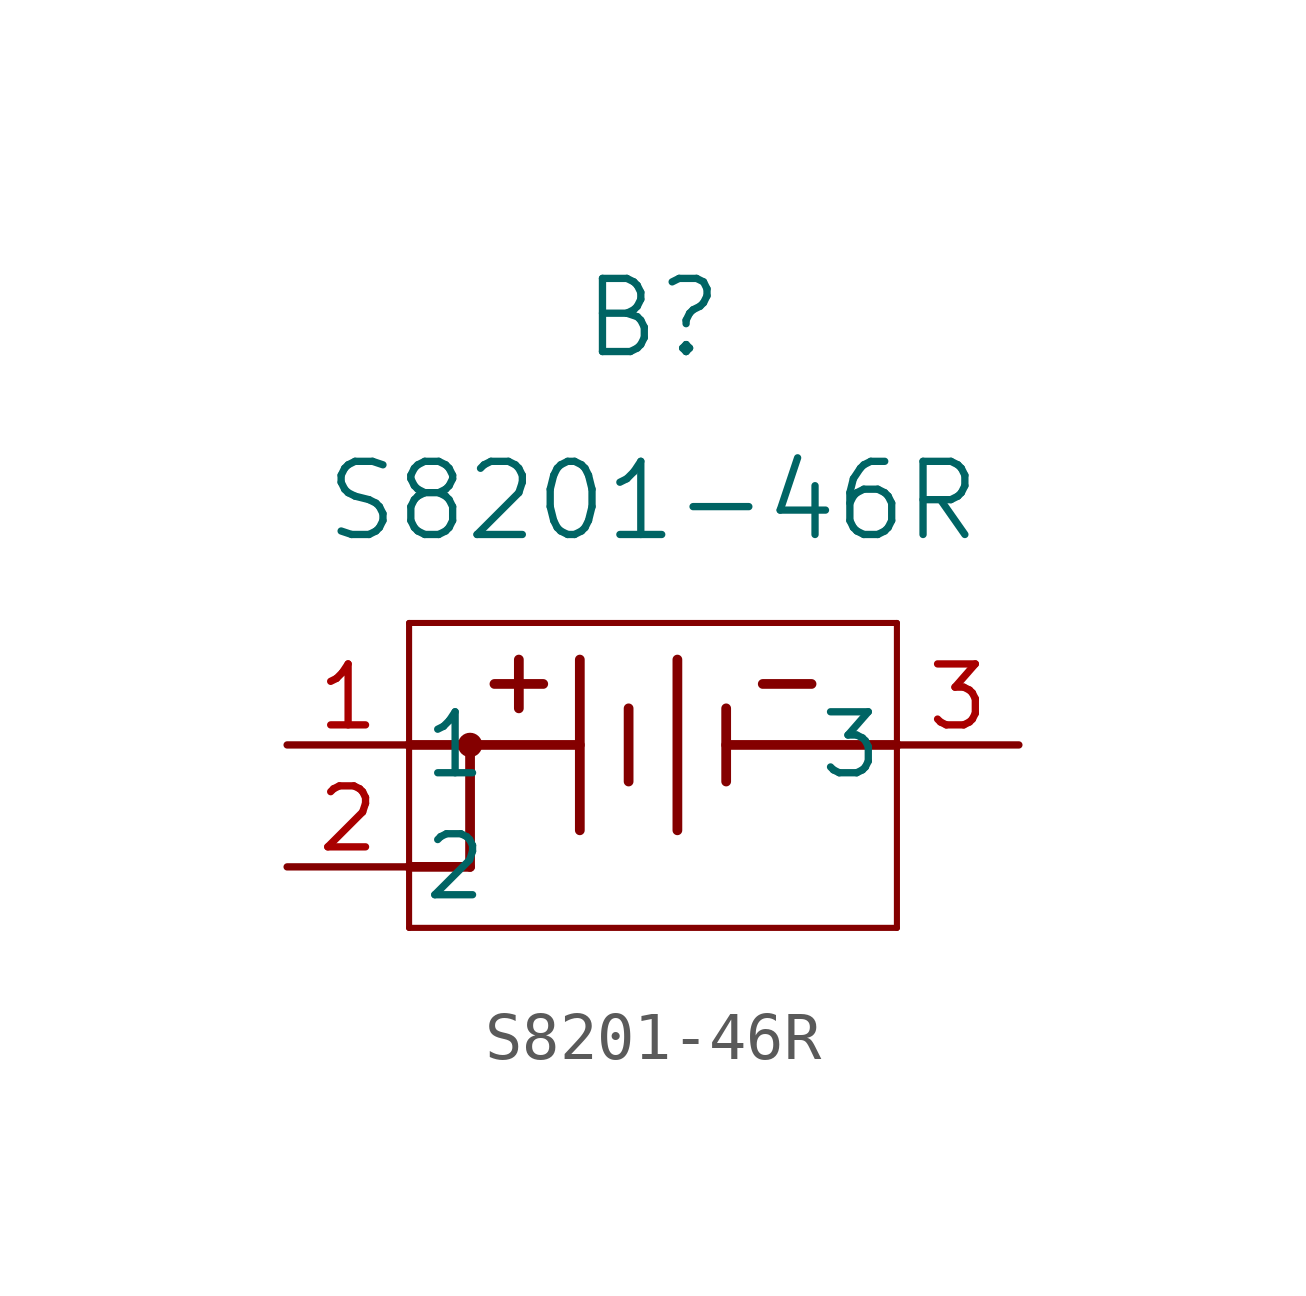
<source format=kicad_sym>
(kicad_symbol_lib
  (version 20241209)
  (generator "kicad_symbol_editor")
  (generator_version "9.0")
  (symbol "S8201-46R"
    (pin_names
      (offset 0.254))
    (property "Reference" "B"
      (at 7.62 8.89 0)
      (effects (font (size 1.524 1.524))))
    (property "Value" "S8201-46R"
      (at 7.62 5.08 0)
      (effects (font (size 1.524 1.524))))
    (symbol "S8201-46R_0_1"
      (polyline (pts (xy 2.54 2.54) (xy 2.54 -3.81)) (stroke (width 0.127) (type default)) (fill (type none)))
      (polyline (pts (xy 2.54 0) (xy 6.096 0)) (stroke (width 0.203) (type default)) (fill (type none)))
      (polyline (pts (xy 2.54 -2.54) (xy 3.81 -2.54)) (stroke (width 0.203) (type default)) (fill (type none)))
      (polyline (pts (xy 2.54 -3.81) (xy 12.7 -3.81)) (stroke (width 0.127) (type default)) (fill (type none)))
      (polyline (pts (xy 3.81 0) (xy 3.81 -2.54)) (stroke (width 0.203) (type default)) (fill (type none)))
      (circle (center 3.81 0) (radius 0.127) (stroke (width 0.254) (type default)) (fill (type none)))
      (polyline (pts (xy 4.318 1.27) (xy 5.334 1.27)) (stroke (width 0.203) (type default)) (fill (type none)))
      (polyline (pts (xy 4.826 1.778) (xy 4.826 0.762)) (stroke (width 0.203) (type default)) (fill (type none)))
      (polyline (pts (xy 6.096 -1.778) (xy 6.096 1.778)) (stroke (width 0.203) (type default)) (fill (type none)))
      (polyline (pts (xy 7.112 0.762) (xy 7.112 -0.762)) (stroke (width 0.203) (type default)) (fill (type none)))
      (polyline (pts (xy 8.128 -1.778) (xy 8.128 1.778)) (stroke (width 0.203) (type default)) (fill (type none)))
      (polyline (pts (xy 9.144 0.762) (xy 9.144 -0.762)) (stroke (width 0.203) (type default)) (fill (type none)))
      (polyline (pts (xy 9.144 0) (xy 12.7 0)) (stroke (width 0.203) (type default)) (fill (type none)))
      (polyline (pts (xy 9.906 1.27) (xy 10.922 1.27)) (stroke (width 0.203) (type default)) (fill (type none)))
      (polyline (pts (xy 12.7 2.54) (xy 2.54 2.54)) (stroke (width 0.127) (type default)) (fill (type none)))
      (polyline (pts (xy 12.7 -3.81) (xy 12.7 2.54)) (stroke (width 0.127) (type default)) (fill (type none)))
      (pin unspecified line (at 0 0 0) (length 2.54) (name "1" (effects (font (size 1.27 1.27)))) (number "1" (effects (font (size 1.27 1.27)))))
      (pin unspecified line (at 0 -2.54 0) (length 2.54) (name "2" (effects (font (size 1.27 1.27)))) (number "2" (effects (font (size 1.27 1.27)))))
      (pin unspecified line (at 15.24 0 180) (length 2.54) (name "3" (effects (font (size 1.27 1.27)))) (number "3" (effects (font (size 1.27 1.27))))))))
</source>
